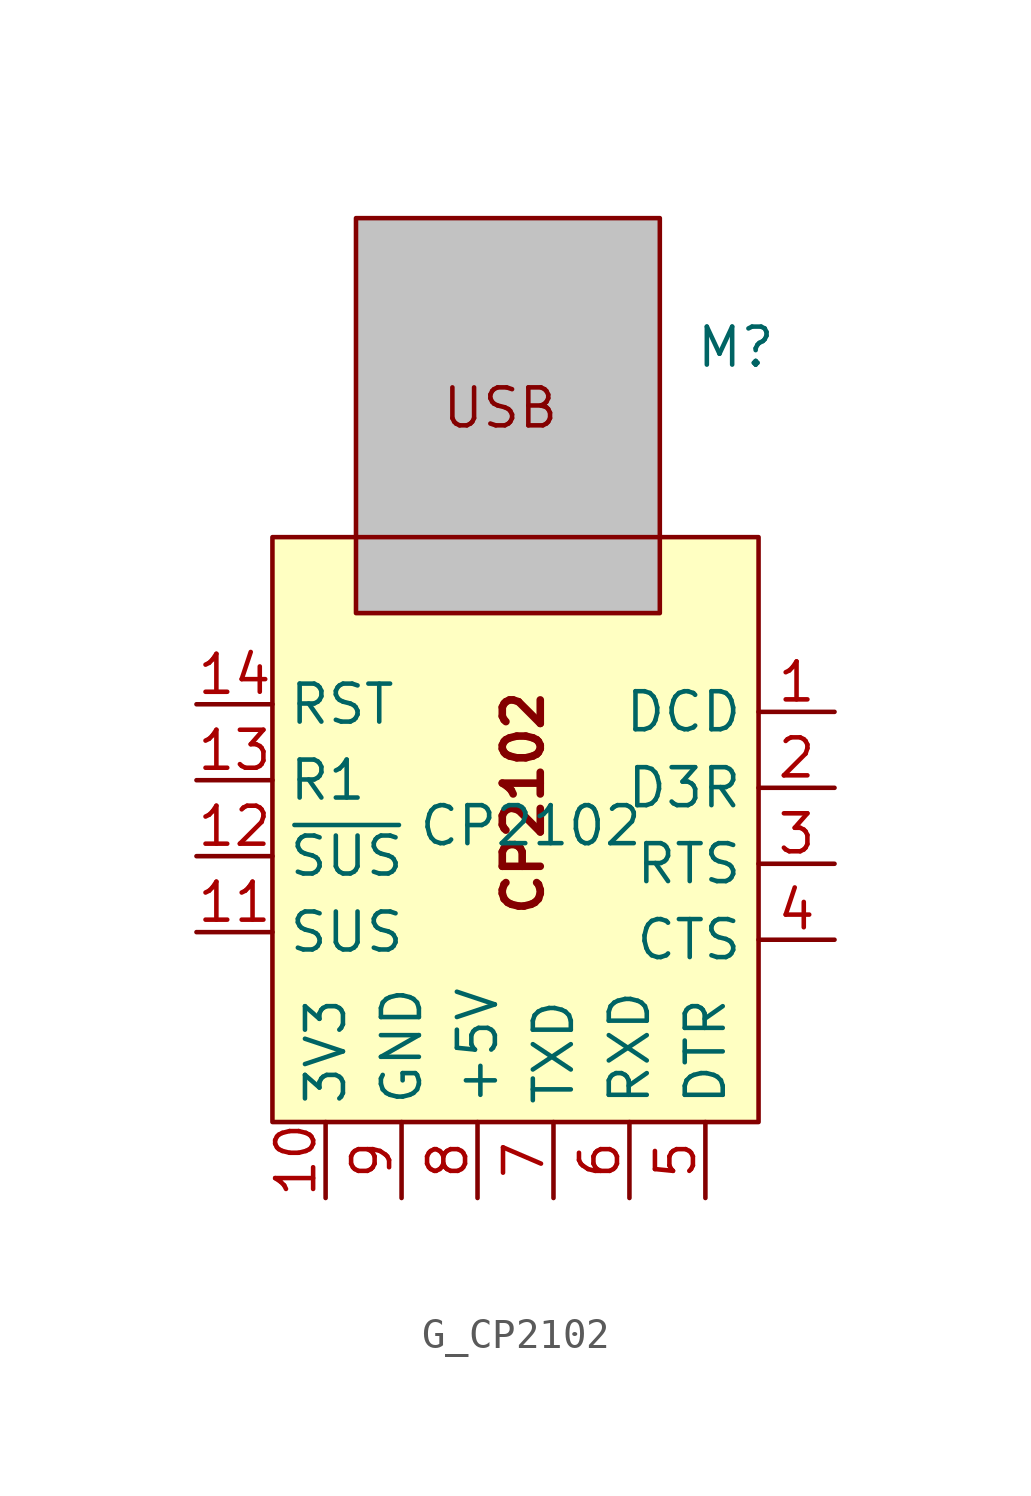
<source format=kicad_sym>
(kicad_symbol_lib
  (version 20241209)
  (generator "kicad_symbol_editor")
  (generator_version "9.0")
  (symbol "G_CP2102"
    (property "Reference" "M"
      (at 6.858 16.002 0)
      (effects (font (size 1.27 1.27))))
    (property "Value" "CP2102"
      (at 0 0 0)
      (effects (font (size 1.27 1.27))))
    (symbol "G_CP2102_1_1"
      (rectangle (start -8.636 9.652) (end 7.62 -9.906) (stroke (width 0) (type solid)) (fill (type color) (color 255 255 194 1)))
      (rectangle (start -5.842 20.32) (end 4.318 7.112) (stroke (width 0) (type solid)) (fill (type color) (color 194 194 194 1)))
      (text "USB" (at -1.016 13.97 0) (effects (font (size 1.27 1.27))))
      (text "CP2102" (at -0.254 0.762 900) (effects (font (size 1.27 1.27) (thickness 0.254) (bold yes))))
      (pin input line (at -11.176 4.064 0) (length 2.54) (name "RST" (effects (font (size 1.27 1.27)))) (number "14" (effects (font (size 1.27 1.27)))))
      (pin input line (at -11.176 1.524 0) (length 2.54) (name "R1" (effects (font (size 1.27 1.27)))) (number "13" (effects (font (size 1.27 1.27)))))
      (pin input line (at -11.176 -1.016 0) (length 2.54) (name "~{SUS}" (effects (font (size 1.27 1.27)))) (number "12" (effects (font (size 1.27 1.27)))))
      (pin input line (at -11.176 -3.556 0) (length 2.54) (name "SUS" (effects (font (size 1.27 1.27)))) (number "11" (effects (font (size 1.27 1.27)))))
      (pin input line (at -6.858 -12.446 90) (length 2.54) (name "3V3" (effects (font (size 1.27 1.27)))) (number "10" (effects (font (size 1.27 1.27)))))
      (pin input line (at -4.318 -12.446 90) (length 2.54) (name "GND" (effects (font (size 1.27 1.27)))) (number "9" (effects (font (size 1.27 1.27)))))
      (pin input line (at -1.778 -12.446 90) (length 2.54) (name "+5V" (effects (font (size 1.27 1.27)))) (number "8" (effects (font (size 1.27 1.27)))))
      (pin input line (at 0.762 -12.446 90) (length 2.54) (name "TXD" (effects (font (size 1.27 1.27)))) (number "7" (effects (font (size 1.27 1.27)))))
      (pin input line (at 3.302 -12.446 90) (length 2.54) (name "RXD" (effects (font (size 1.27 1.27)))) (number "6" (effects (font (size 1.27 1.27)))))
      (pin input line (at 5.842 -12.446 90) (length 2.54) (name "DTR" (effects (font (size 1.27 1.27)))) (number "5" (effects (font (size 1.27 1.27)))))
      (pin input line (at 10.16 3.81 180) (length 2.54) (name "DCD" (effects (font (size 1.27 1.27)))) (number "1" (effects (font (size 1.27 1.27)))))
      (pin input line (at 10.16 1.27 180) (length 2.54) (name "D3R" (effects (font (size 1.27 1.27)))) (number "2" (effects (font (size 1.27 1.27)))))
      (pin input line (at 10.16 -1.27 180) (length 2.54) (name "RTS" (effects (font (size 1.27 1.27)))) (number "3" (effects (font (size 1.27 1.27)))))
      (pin input line (at 10.16 -3.81 180) (length 2.54) (name "CTS" (effects (font (size 1.27 1.27)))) (number "4" (effects (font (size 1.27 1.27))))))))
</source>
